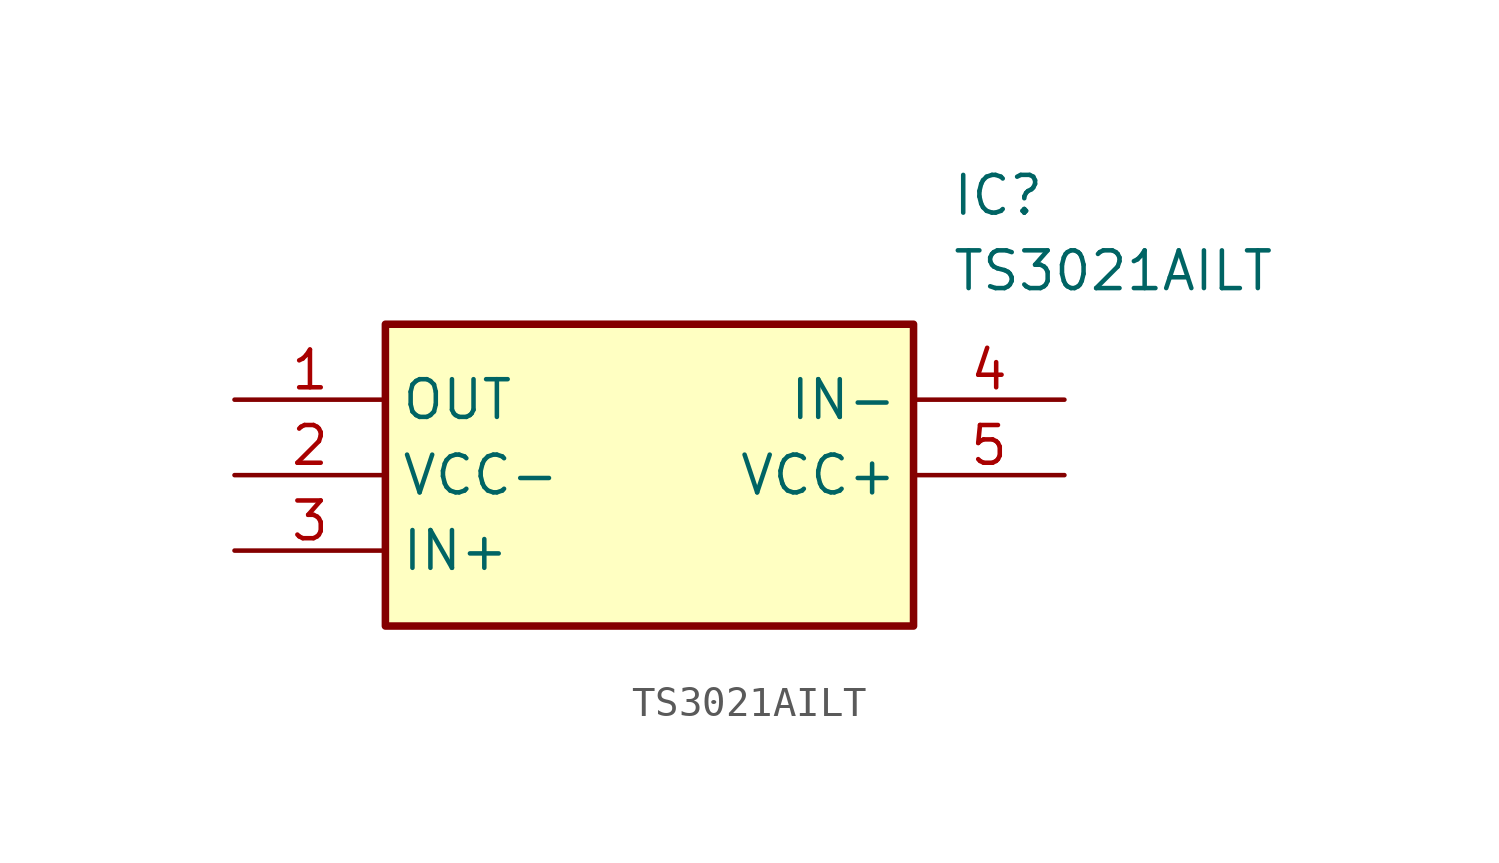
<source format=kicad_sym>
(kicad_symbol_lib
  (version 20211014)
  (generator SamacSys_ECAD_Model)
  (symbol "TS3021AILT"
    (property "Reference" "IC"
      (at 24.13 7.62 0)
      (effects (font (size 1.27 1.27)) (justify left top)))
    (property "Value" "TS3021AILT"
      (at 24.13 5.08 0)
      (effects (font (size 1.27 1.27)) (justify left top)))
    (rectangle
      (start 5.08 2.54)
      (end 22.86 -7.62)
      (stroke (width 0.254) (type default))
      (fill (type background)))
    (pin passive line
      (at 0 0 0)
      (length 5.08)
      (name "OUT" (effects (font (size 1.27 1.27))))
      (number "1" (effects (font (size 1.27 1.27)))))
    (pin passive line
      (at 0 -2.54 0)
      (length 5.08)
      (name "VCC-" (effects (font (size 1.27 1.27))))
      (number "2" (effects (font (size 1.27 1.27)))))
    (pin passive line
      (at 0 -5.08 0)
      (length 5.08)
      (name "IN+" (effects (font (size 1.27 1.27))))
      (number "3" (effects (font (size 1.27 1.27)))))
    (pin passive line
      (at 27.94 0 180)
      (length 5.08)
      (name "IN-" (effects (font (size 1.27 1.27))))
      (number "4" (effects (font (size 1.27 1.27)))))
    (pin passive line
      (at 27.94 -2.54 180)
      (length 5.08)
      (name "VCC+" (effects (font (size 1.27 1.27))))
      (number "5" (effects (font (size 1.27 1.27)))))))
</source>
